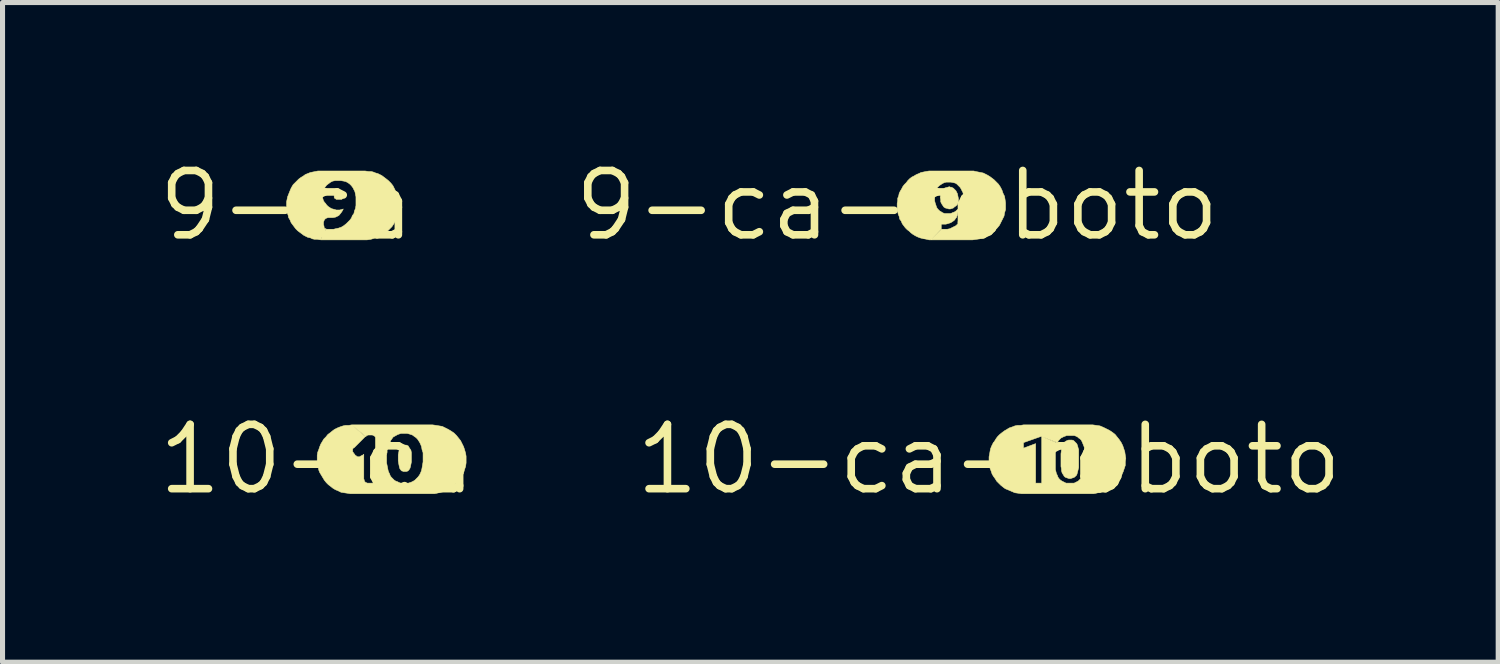
<source format=kicad_pcb>
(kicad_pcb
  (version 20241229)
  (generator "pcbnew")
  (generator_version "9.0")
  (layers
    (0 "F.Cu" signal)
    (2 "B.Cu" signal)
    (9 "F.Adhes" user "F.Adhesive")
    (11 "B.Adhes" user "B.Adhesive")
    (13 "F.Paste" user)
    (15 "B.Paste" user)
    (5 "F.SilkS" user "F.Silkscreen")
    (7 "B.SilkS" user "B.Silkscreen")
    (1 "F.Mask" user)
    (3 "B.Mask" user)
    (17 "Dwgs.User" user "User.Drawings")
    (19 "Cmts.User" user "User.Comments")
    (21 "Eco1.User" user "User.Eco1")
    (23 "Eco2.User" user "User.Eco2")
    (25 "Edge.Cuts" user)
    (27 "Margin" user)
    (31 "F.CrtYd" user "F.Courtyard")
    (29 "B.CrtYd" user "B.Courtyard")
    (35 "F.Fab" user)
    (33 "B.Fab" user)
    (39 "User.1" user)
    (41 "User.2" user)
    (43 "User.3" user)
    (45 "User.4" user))
  (footprint "10-ca"
    (layer "F.Cu")
    (at 3.213 6.019)
    (property "Reference" "10-ca" (at 0 0 0) (layer "F.SilkS") (effects (font (size 1.27 1.27) (thickness 0.15))))
    (attr board_only exclude_from_pos_files exclude_from_bom)
    (fp_poly (pts (xy 1.73 0.24) (xy 1.76 0.24) (xy 1.79 0.23) (xy 1.81 0.21) (xy 1.83 0.18) (xy 1.84 0.15) (xy 1.85 0.1) (xy 1.86 0.05) (xy 1.86 -0.01) (xy 1.86 -0.07) (xy 1.86 -0.13) (xy 1.85 -0.18) (xy 1.83 -0.21) (xy 1.81 -0.24) (xy 1.8 -0.26) (xy 1.79 -0.27) (xy 1.78 -0.27) (xy 1.76 -0.28) (xy 1.75 -0.28) (xy 1.73 -0.28) (xy 1.7 -0.28) (xy 1.69 -0.28) (xy 1.67 -0.27) (xy 1.65 -0.25) (xy 1.63 -0.22) (xy 1.62 -0.19) (xy 1.61 -0.14) (xy 1.6 -0.09) (xy 1.6 -0.03) (xy 1.6 0.03) (xy 1.61 0.09) (xy 1.62 0.14) (xy 1.63 0.18) (xy 1.65 0.21) (xy 1.66 0.22) (xy 1.67 0.23) (xy 1.68 0.23) (xy 1.7 0.24) (xy 1.71 0.24) (xy 1.73 0.24)) (stroke (width 0.01) (type solid)) (fill yes) (layer "F.SilkS"))
    (fp_poly (pts (xy 0.68 -0.68) (xy 0.62 -0.67) (xy 0.56 -0.67) (xy 0.51 -0.66) (xy 0.45 -0.64) (xy 0.4 -0.62) (xy 0.34 -0.59) (xy 0.3 -0.56) (xy 0.25 -0.52) (xy 0.21 -0.49) (xy 0.17 -0.44) (xy 0.13 -0.4) (xy 0.1 -0.35) (xy 0.07 -0.3) (xy 0.05 -0.25) (xy 0.03 -0.19) (xy 0.01 -0.14) (xy 0 -0.08) (xy 0 -0.02) (xy 0 0.04) (xy 0.01 0.09) (xy 0.02 0.15) (xy 0.03 0.21) (xy 0.05 0.26) (xy 0.08 0.31) (xy 0.11 0.36) (xy 0.14 0.41) (xy 0.18 0.46) (xy 0.22 0.5) (xy 0.26 0.53) (xy 0.31 0.57) (xy 0.36 0.6) (xy 0.41 0.62) (xy 0.47 0.65) (xy 0.53 0.66) (xy 0.6 0.67) (xy 0.66 0.68) (xy 2.27 0.68) (xy 2.31 0.68) (xy 2.36 0.67) (xy 2.4 0.66) (xy 2.44 0.65) (xy 2.49 0.64) (xy 2.53 0.62) (xy 2.56 0.61) (xy 2.6 0.59) (xy 2.64 0.56) (xy 2.67 0.54) (xy 2.71 0.51) (xy 2.74 0.48) (xy 2.77 0.45) (xy 2.8 0.42) (xy 2.82 0.38) (xy 2.85 0.34) (xy 2.87 0.31) (xy 2.89 0.27) (xy 2.91 0.2) (xy 2.93 0.14) (xy 2.94 0.07) (xy 2.94 0.01) (xy 2.94 -0.06) (xy 2.93 -0.12) (xy 2.91 -0.19) (xy 2.89 -0.25) (xy 2.86 -0.31) (xy 2.83 -0.37) (xy 2.79 -0.42) (xy 2.75 -0.47) (xy 2.7 -0.52) (xy 2.64 -0.56) (xy 2.59 -0.59) (xy 2.53 -0.62) (xy 2.47 -0.65) (xy 2.41 -0.66) (xy 2.35 -0.67) (xy 2.28 -0.68) (xy 0.68 -0.68) (xy 0.96 -0.45) (xy 0.98 -0.47) (xy 1.01 -0.48) (xy 1.03 -0.48) (xy 1.06 -0.48) (xy 1.09 -0.48) (xy 1.13 -0.46) (xy 1.14 -0.45) (xy 1.15 -0.43) (xy 1.42 -0.31) (xy 1.44 -0.34) (xy 1.45 -0.37) (xy 1.5 -0.44) (xy 1.59 -0.49) (xy 1.62 -0.5) (xy 1.65 -0.51) (xy 1.69 -0.51) (xy 1.74 -0.51) (xy 1.78 -0.51) (xy 1.82 -0.5) (xy 1.85 -0.49) (xy 1.88 -0.48) (xy 1.92 -0.45) (xy 1.95 -0.43) (xy 1.98 -0.4) (xy 2 -0.37) (xy 2.02 -0.34) (xy 2.04 -0.3) (xy 2.06 -0.25) (xy 2.07 -0.19) (xy 2.09 -0.13) (xy 2.09 -0.07) (xy 2.09 -0.01) (xy 2.09 0.05) (xy 2.08 0.11) (xy 2.07 0.17) (xy 2.06 0.22) (xy 2.04 0.27) (xy 2.02 0.31) (xy 1.99 0.35) (xy 1.96 0.38) (xy 1.93 0.41) (xy 1.9 0.43) (xy 1.86 0.45) (xy 1.83 0.46) (xy 1.8 0.47) (xy 1.76 0.47) (xy 1.72 0.47) (xy 1.68 0.47) (xy 1.65 0.47) (xy 1.62 0.46) (xy 1.58 0.44) (xy 1.55 0.43) (xy 1.52 0.41) (xy 1.5 0.39) (xy 1.48 0.37) (xy 1.46 0.35) (xy 1.44 0.32) (xy 1.43 0.29) (xy 1.41 0.25) (xy 1.4 0.22) (xy 1.39 0.17) (xy 1.38 0.12) (xy 1.37 0.07) (xy 1.37 0.02) (xy 1.37 -0.04) (xy 1.37 -0.09) (xy 1.38 -0.14) (xy 1.38 -0.18) (xy 1.39 -0.22) (xy 1.41 -0.27) (xy 1.42 -0.31) (xy 1.15 -0.43) (xy 1.15 0.41) (xy 1.14 0.43) (xy 1.13 0.45) (xy 1.11 0.47) (xy 1.08 0.47) (xy 1.05 0.47) (xy 1.01 0.47) (xy 0.99 0.47) (xy 0.97 0.46) (xy 0.96 0.46) (xy 0.95 0.45) (xy 0.93 0.43) (xy 0.93 0.41) (xy 0.92 0.39) (xy 0.92 0.36) (xy 0.92 -0.1) (xy 0.91 -0.09) (xy 0.89 -0.08) (xy 0.87 -0.07) (xy 0.85 -0.06) (xy 0.84 -0.05) (xy 0.82 -0.05) (xy 0.81 -0.05) (xy 0.8 -0.05) (xy 0.78 -0.06) (xy 0.77 -0.07) (xy 0.75 -0.08) (xy 0.74 -0.1) (xy 0.72 -0.12) (xy 0.71 -0.14) (xy 0.7 -0.15) (xy 0.7 -0.17) (xy 0.7 -0.18) (xy 0.7 -0.2) (xy 0.71 -0.22) (xy 0.73 -0.23) (xy 0.95 -0.45) (xy 0.68 -0.68)) (stroke (width 0.01) (type solid)) (fill yes) (layer "F.SilkS")))
  (footprint "10-ca-roboto"
    (layer "F.Cu")
    (at 16.478 6.019)
    (property "Reference" "10-ca-roboto" (at 0 0 0) (layer "F.SilkS") (effects (font (size 1.27 1.27) (thickness 0.15))))
    (attr board_only exclude_from_pos_files exclude_from_bom)
    (fp_poly (pts (xy 1.77 -0.09) (xy 1.77 -0.14) (xy 1.77 -0.19) (xy 1.76 -0.22) (xy 1.75 -0.26) (xy 1.74 -0.29) (xy 1.73 -0.31) (xy 1.71 -0.33) (xy 1.69 -0.35) (xy 1.67 -0.37) (xy 1.64 -0.38) (xy 1.61 -0.38) (xy 1.57 -0.38) (xy 1.54 -0.37) (xy 1.52 -0.36) (xy 1.49 -0.34) (xy 1.47 -0.32) (xy 1.46 -0.29) (xy 1.44 -0.26) (xy 1.43 -0.22) (xy 1.43 -0.18) (xy 1.42 -0.11) (xy 1.42 0.09) (xy 1.42 0.14) (xy 1.43 0.19) (xy 1.43 0.22) (xy 1.44 0.26) (xy 1.45 0.28) (xy 1.47 0.31) (xy 1.48 0.33) (xy 1.5 0.35) (xy 1.52 0.36) (xy 1.55 0.37) (xy 1.58 0.38) (xy 1.61 0.38) (xy 1.64 0.37) (xy 1.67 0.36) (xy 1.69 0.35) (xy 1.71 0.33) (xy 1.73 0.31) (xy 1.74 0.28) (xy 1.75 0.24) (xy 1.76 0.2) (xy 1.77 0.16) (xy 1.77 0.09) (xy 1.77 -0.09)) (stroke (width 0.01) (type solid)) (fill yes) (layer "F.SilkS"))
    (fp_poly (pts (xy 0.68 -0.68) (xy 0.62 -0.67) (xy 0.56 -0.67) (xy 0.51 -0.66) (xy 0.46 -0.64) (xy 0.4 -0.62) (xy 0.35 -0.59) (xy 0.3 -0.56) (xy 0.26 -0.53) (xy 0.21 -0.49) (xy 0.17 -0.45) (xy 0.14 -0.41) (xy 0.11 -0.36) (xy 0.08 -0.32) (xy 0.05 -0.26) (xy 0.03 -0.21) (xy 0.02 -0.16) (xy 0.01 -0.1) (xy 0 -0.05) (xy 0 0.01) (xy 0 0.07) (xy 0.01 0.12) (xy 0.02 0.18) (xy 0.04 0.23) (xy 0.06 0.29) (xy 0.09 0.34) (xy 0.12 0.38) (xy 0.15 0.43) (xy 0.19 0.47) (xy 0.23 0.51) (xy 0.28 0.55) (xy 0.32 0.58) (xy 0.37 0.6) (xy 0.44 0.63) (xy 0.51 0.66) (xy 0.58 0.67) (xy 0.65 0.68) (xy 0.92 0.47) (xy 0.92 -0.31) (xy 0.68 -0.22) (xy 0.68 -0.33) (xy 1.02 -0.45) (xy 1.04 -0.45) (xy 1.35 -0.33) (xy 1.37 -0.37) (xy 1.4 -0.4) (xy 1.42 -0.42) (xy 1.44 -0.43) (xy 1.46 -0.44) (xy 1.48 -0.45) (xy 1.51 -0.46) (xy 1.53 -0.47) (xy 1.56 -0.47) (xy 1.59 -0.47) (xy 1.62 -0.47) (xy 1.65 -0.47) (xy 1.68 -0.47) (xy 1.71 -0.46) (xy 1.73 -0.45) (xy 1.75 -0.44) (xy 1.77 -0.42) (xy 1.79 -0.41) (xy 1.82 -0.38) (xy 1.84 -0.34) (xy 1.86 -0.29) (xy 1.88 -0.24) (xy 1.88 -0.19) (xy 1.89 -0.13) (xy 1.89 0.07) (xy 1.89 0.13) (xy 1.88 0.19) (xy 1.87 0.25) (xy 1.86 0.29) (xy 1.84 0.34) (xy 1.82 0.37) (xy 1.79 0.4) (xy 1.76 0.43) (xy 1.74 0.44) (xy 1.72 0.45) (xy 1.68 0.47) (xy 1.63 0.47) (xy 1.57 0.47) (xy 1.52 0.47) (xy 1.48 0.45) (xy 1.44 0.43) (xy 1.41 0.41) (xy 1.38 0.38) (xy 1.36 0.35) (xy 1.35 0.32) (xy 1.33 0.28) (xy 1.32 0.24) (xy 1.31 0.2) (xy 1.31 0.15) (xy 1.31 0.09) (xy 1.31 -0.12) (xy 1.31 -0.17) (xy 1.32 -0.23) (xy 1.33 -0.28) (xy 1.35 -0.32) (xy 1.04 -0.45) (xy 1.04 0.47) (xy 0.92 0.47) (xy 0.65 0.68) (xy 2.02 0.68) (xy 2.06 0.68) (xy 2.11 0.67) (xy 2.15 0.66) (xy 2.19 0.66) (xy 2.23 0.64) (xy 2.27 0.63) (xy 2.3 0.61) (xy 2.34 0.6) (xy 2.38 0.57) (xy 2.41 0.55) (xy 2.44 0.53) (xy 2.47 0.5) (xy 2.5 0.47) (xy 2.53 0.44) (xy 2.56 0.41) (xy 2.58 0.38) (xy 2.6 0.34) (xy 2.62 0.31) (xy 2.65 0.24) (xy 2.67 0.18) (xy 2.69 0.12) (xy 2.69 0.05) (xy 2.7 -0.02) (xy 2.69 -0.08) (xy 2.68 -0.15) (xy 2.66 -0.21) (xy 2.64 -0.27) (xy 2.61 -0.33) (xy 2.57 -0.39) (xy 2.53 -0.44) (xy 2.49 -0.49) (xy 2.44 -0.53) (xy 2.38 -0.57) (xy 2.32 -0.6) (xy 2.26 -0.63) (xy 2.19 -0.66) (xy 2.12 -0.67) (xy 2.05 -0.68) (xy 0.68 -0.68)) (stroke (width 0.01) (type solid)) (fill yes) (layer "F.SilkS")))
  (footprint "9-ca-roboto"
    (layer "F.Cu")
    (at 14.664 1.006)
    (property "Reference" "9-ca-roboto" (at 0 0 0) (layer "F.SilkS") (effects (font (size 1.27 1.27) (thickness 0.15))))
    (attr board_only exclude_from_pos_files exclude_from_bom)
    (fp_poly (pts (xy 1.02 0.07) (xy 1.05 0.07) (xy 1.08 0.06) (xy 1.11 0.05) (xy 1.13 0.03) (xy 1.16 0.01) (xy 1.18 -0.01) (xy 1.19 -0.03) (xy 1.21 -0.06) (xy 1.21 -0.13) (xy 1.2 -0.18) (xy 1.19 -0.23) (xy 1.17 -0.27) (xy 1.16 -0.29) (xy 1.14 -0.31) (xy 1.12 -0.33) (xy 1.11 -0.34) (xy 1.09 -0.35) (xy 1.07 -0.36) (xy 1.05 -0.36) (xy 1.03 -0.37) (xy 1 -0.36) (xy 0.96 -0.35) (xy 0.93 -0.34) (xy 0.91 -0.31) (xy 0.88 -0.28) (xy 0.87 -0.24) (xy 0.86 -0.2) (xy 0.85 -0.16) (xy 0.86 -0.11) (xy 0.86 -0.07) (xy 0.88 -0.03) (xy 0.9 0) (xy 0.92 0.03) (xy 0.95 0.05) (xy 0.99 0.06) (xy 1.02 0.07)) (stroke (width 0.01) (type solid)) (fill yes) (layer "F.SilkS"))
    (fp_poly (pts (xy 0.68 -0.68) (xy 0.63 -0.68) (xy 0.57 -0.67) (xy 0.52 -0.66) (xy 0.47 -0.65) (xy 0.43 -0.63) (xy 0.38 -0.61) (xy 0.33 -0.58) (xy 0.29 -0.56) (xy 0.25 -0.53) (xy 0.21 -0.49) (xy 0.18 -0.45) (xy 0.14 -0.41) (xy 0.11 -0.37) (xy 0.09 -0.33) (xy 0.06 -0.28) (xy 0.04 -0.24) (xy 0.03 -0.19) (xy 0.01 -0.14) (xy 0.01 -0.09) (xy 0 -0.04) (xy 0 0.02) (xy 0 0.07) (xy 0.01 0.12) (xy 0.02 0.17) (xy 0.04 0.22) (xy 0.05 0.27) (xy 0.08 0.31) (xy 0.1 0.36) (xy 0.13 0.4) (xy 0.16 0.44) (xy 0.2 0.48) (xy 0.24 0.51) (xy 0.27 0.54) (xy 0.31 0.57) (xy 0.36 0.6) (xy 0.4 0.62) (xy 0.45 0.64) (xy 0.49 0.65) (xy 0.54 0.66) (xy 0.59 0.67) (xy 0.63 0.68) (xy 0.67 0.68) (xy 0.87 0.47) (xy 0.87 0.37) (xy 0.92 0.37) (xy 0.96 0.37) (xy 1 0.36) (xy 1.03 0.35) (xy 1.06 0.34) (xy 1.09 0.32) (xy 1.12 0.3) (xy 1.14 0.28) (xy 1.15 0.26) (xy 1.17 0.24) (xy 1.18 0.21) (xy 1.19 0.19) (xy 1.2 0.13) (xy 1.21 0.07) (xy 1.18 0.09) (xy 1.16 0.11) (xy 1.13 0.13) (xy 1.1 0.14) (xy 1.08 0.15) (xy 1.05 0.16) (xy 1.03 0.16) (xy 1 0.16) (xy 0.97 0.16) (xy 0.94 0.16) (xy 0.91 0.15) (xy 0.89 0.14) (xy 0.86 0.12) (xy 0.84 0.11) (xy 0.82 0.09) (xy 0.8 0.07) (xy 0.78 0.04) (xy 0.77 0.01) (xy 0.76 -0.02) (xy 0.75 -0.05) (xy 0.74 -0.09) (xy 0.74 -0.12) (xy 0.74 -0.16) (xy 0.74 -0.19) (xy 0.75 -0.23) (xy 0.75 -0.26) (xy 0.77 -0.29) (xy 0.78 -0.32) (xy 0.79 -0.35) (xy 0.81 -0.37) (xy 0.83 -0.39) (xy 0.86 -0.41) (xy 0.89 -0.43) (xy 0.93 -0.45) (xy 0.97 -0.46) (xy 1.02 -0.46) (xy 1.06 -0.46) (xy 1.11 -0.45) (xy 1.15 -0.44) (xy 1.18 -0.42) (xy 1.21 -0.39) (xy 1.24 -0.36) (xy 1.26 -0.33) (xy 1.28 -0.29) (xy 1.3 -0.25) (xy 1.31 -0.2) (xy 1.32 -0.15) (xy 1.32 -0.1) (xy 1.32 -0.02) (xy 1.32 0.05) (xy 1.31 0.11) (xy 1.3 0.16) (xy 1.29 0.22) (xy 1.27 0.26) (xy 1.25 0.3) (xy 1.22 0.34) (xy 1.19 0.37) (xy 1.16 0.4) (xy 1.12 0.42) (xy 1.08 0.44) (xy 1.04 0.46) (xy 0.99 0.47) (xy 0.93 0.47) (xy 0.88 0.47) (xy 0.67 0.68) (xy 1.49 0.68) (xy 1.56 0.67) (xy 1.63 0.66) (xy 1.69 0.64) (xy 1.76 0.61) (xy 1.82 0.58) (xy 1.88 0.54) (xy 1.93 0.49) (xy 1.98 0.44) (xy 2.02 0.39) (xy 2.05 0.33) (xy 2.08 0.27) (xy 2.11 0.21) (xy 2.12 0.15) (xy 2.14 0.08) (xy 2.14 0.02) (xy 2.14 -0.05) (xy 2.13 -0.12) (xy 2.12 -0.18) (xy 2.09 -0.24) (xy 2.07 -0.3) (xy 2.04 -0.36) (xy 2 -0.42) (xy 1.95 -0.47) (xy 1.91 -0.51) (xy 1.87 -0.54) (xy 1.83 -0.57) (xy 1.78 -0.6) (xy 1.74 -0.62) (xy 1.7 -0.64) (xy 1.65 -0.65) (xy 1.6 -0.66) (xy 1.55 -0.67) (xy 1.51 -0.68) (xy 1.47 -0.68) (xy 0.68 -0.68)) (stroke (width 0.01) (type solid)) (fill yes) (layer "F.SilkS")))
  (footprint "9-ca"
    (layer "F.Cu")
    (at 2.608 1.006)
    (property "Reference" "9-ca" (at 0 0 0) (layer "F.SilkS") (effects (font (size 1.27 1.27) (thickness 0.15))))
    (attr board_only exclude_from_pos_files exclude_from_bom)
    (fp_poly (pts (xy 1.04 -0.28) (xy 1 -0.28) (xy 0.98 -0.28) (xy 0.97 -0.27) (xy 0.96 -0.26) (xy 0.95 -0.25) (xy 0.94 -0.24) (xy 0.94 -0.22) (xy 0.94 -0.21) (xy 0.94 -0.19) (xy 0.94 -0.17) (xy 0.94 -0.16) (xy 0.95 -0.14) (xy 0.97 -0.13) (xy 0.98 -0.12) (xy 1 -0.12) (xy 1.02 -0.12) (xy 1.04 -0.12) (xy 1.07 -0.12) (xy 1.09 -0.12) (xy 1.1 -0.13) (xy 1.12 -0.15) (xy 1.13 -0.16) (xy 1.14 -0.18) (xy 1.14 -0.2) (xy 1.13 -0.23) (xy 1.13 -0.24) (xy 1.11 -0.26) (xy 1.1 -0.27) (xy 1.08 -0.28) (xy 1.06 -0.28) (xy 1.04 -0.28)) (stroke (width 0.01) (type solid)) (fill yes) (layer "F.SilkS"))
    (fp_poly (pts (xy 0.68 -0.68) (xy 0.62 -0.68) (xy 0.57 -0.67) (xy 0.52 -0.66) (xy 0.47 -0.65) (xy 0.42 -0.63) (xy 0.37 -0.61) (xy 0.33 -0.58) (xy 0.28 -0.55) (xy 0.24 -0.52) (xy 0.2 -0.48) (xy 0.17 -0.45) (xy 0.13 -0.41) (xy 0.1 -0.36) (xy 0.08 -0.32) (xy 0.06 -0.27) (xy 0.04 -0.22) (xy 0.02 -0.17) (xy 0.01 -0.12) (xy 0 -0.07) (xy 0 -0.01) (xy 0 0.04) (xy 0.01 0.09) (xy 0.01 0.14) (xy 0.03 0.19) (xy 0.04 0.24) (xy 0.07 0.29) (xy 0.09 0.34) (xy 0.12 0.38) (xy 0.15 0.42) (xy 0.18 0.46) (xy 0.22 0.5) (xy 0.26 0.53) (xy 0.3 0.56) (xy 0.34 0.59) (xy 0.38 0.61) (xy 0.42 0.63) (xy 0.47 0.64) (xy 0.51 0.66) (xy 0.56 0.67) (xy 0.61 0.67) (xy 0.67 0.68) (xy 0.78 0.46) (xy 0.76 0.46) (xy 0.75 0.45) (xy 0.74 0.43) (xy 0.74 0.41) (xy 0.73 0.38) (xy 0.73 0.35) (xy 0.73 0.33) (xy 0.74 0.3) (xy 0.75 0.28) (xy 0.76 0.27) (xy 0.77 0.26) (xy 0.79 0.25) (xy 0.82 0.24) (xy 0.89 0.24) (xy 0.92 0.24) (xy 0.97 0.23) (xy 1.01 0.21) (xy 1.03 0.2) (xy 1.04 0.19) (xy 1.08 0.14) (xy 1.1 0.11) (xy 1.12 0.07) (xy 1.09 0.08) (xy 1.05 0.09) (xy 1.02 0.09) (xy 0.98 0.09) (xy 0.95 0.08) (xy 0.91 0.07) (xy 0.88 0.06) (xy 0.85 0.04) (xy 0.82 0.02) (xy 0.79 -0.01) (xy 0.77 -0.04) (xy 0.75 -0.06) (xy 0.73 -0.09) (xy 0.72 -0.12) (xy 0.71 -0.16) (xy 0.71 -0.19) (xy 0.71 -0.24) (xy 0.72 -0.28) (xy 0.74 -0.32) (xy 0.76 -0.36) (xy 0.79 -0.4) (xy 0.83 -0.43) (xy 0.87 -0.46) (xy 0.91 -0.48) (xy 0.96 -0.49) (xy 1.01 -0.49) (xy 1.07 -0.49) (xy 1.13 -0.48) (xy 1.17 -0.47) (xy 1.21 -0.45) (xy 1.25 -0.42) (xy 1.28 -0.39) (xy 1.31 -0.35) (xy 1.33 -0.31) (xy 1.35 -0.27) (xy 1.36 -0.22) (xy 1.37 -0.17) (xy 1.37 -0.12) (xy 1.37 -0.06) (xy 1.37 0) (xy 1.36 0.06) (xy 1.34 0.11) (xy 1.33 0.16) (xy 1.3 0.2) (xy 1.28 0.25) (xy 1.25 0.29) (xy 1.21 0.33) (xy 1.18 0.36) (xy 1.13 0.4) (xy 1.08 0.43) (xy 1.02 0.45) (xy 0.97 0.46) (xy 0.93 0.47) (xy 0.89 0.47) (xy 0.85 0.47) (xy 0.82 0.47) (xy 0.8 0.47) (xy 0.78 0.47) (xy 0.68 0.68) (xy 1.55 0.68) (xy 1.59 0.68) (xy 1.66 0.67) (xy 1.73 0.65) (xy 1.8 0.63) (xy 1.86 0.6) (xy 1.92 0.56) (xy 1.98 0.52) (xy 2.03 0.47) (xy 2.08 0.42) (xy 2.12 0.36) (xy 2.15 0.3) (xy 2.18 0.24) (xy 2.2 0.18) (xy 2.21 0.12) (xy 2.22 0.05) (xy 2.22 -0.02) (xy 2.22 -0.08) (xy 2.21 -0.15) (xy 2.19 -0.21) (xy 2.16 -0.27) (xy 2.13 -0.33) (xy 2.1 -0.39) (xy 2.06 -0.44) (xy 2.01 -0.49) (xy 1.96 -0.53) (xy 1.92 -0.56) (xy 1.88 -0.59) (xy 1.84 -0.61) (xy 1.8 -0.63) (xy 1.76 -0.64) (xy 1.71 -0.66) (xy 1.67 -0.67) (xy 1.62 -0.67) (xy 1.55 -0.68) (xy 0.68 -0.68)) (stroke (width 0.01) (type solid)) (fill yes) (layer "F.SilkS")))
  (gr_rect
    (start -3 -3)
    (end 26.531 10.025)
    (stroke (width 0.1) (type default))
    (fill no)
    (layer "Edge.Cuts")))
</source>
